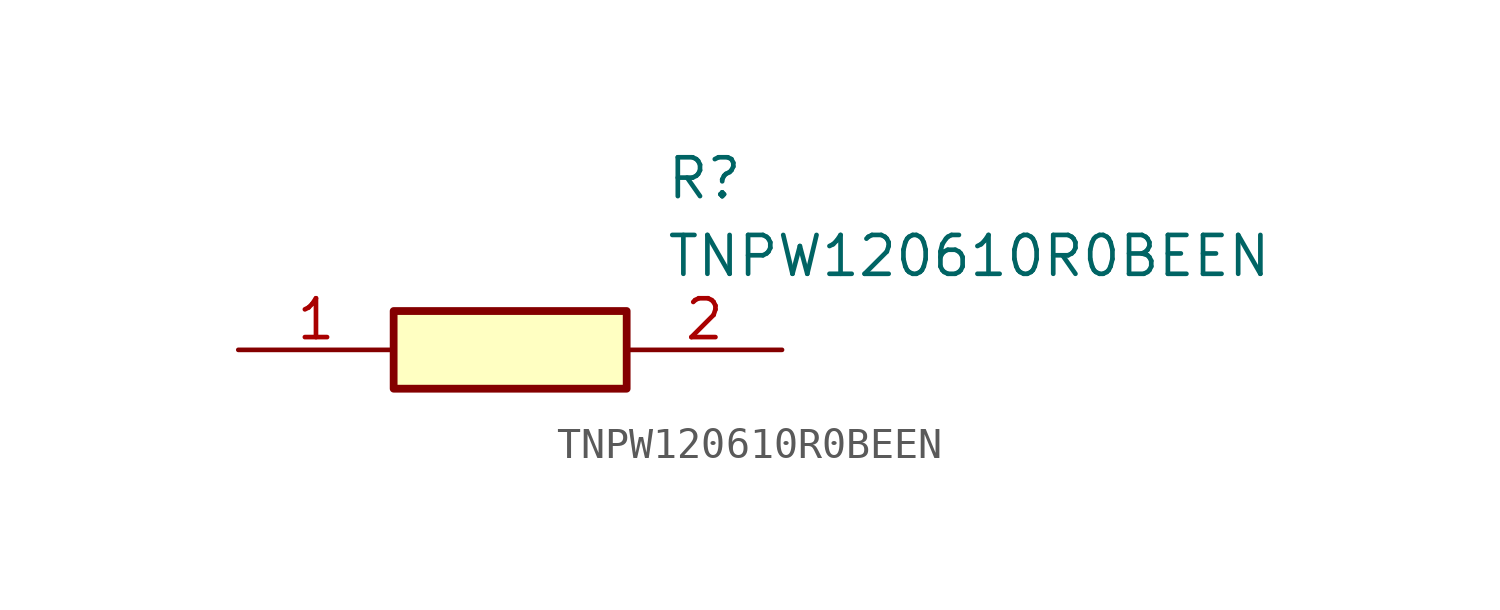
<source format=kicad_sym>
(kicad_symbol_lib
  (version 20211014)
  (generator SamacSys_ECAD_Model)
  (symbol "TNPW120610R0BEEN"
    (pin_names hide)
    (property "Reference" "R"
      (at 13.97 6.35 0)
      (effects (font (size 1.27 1.27)) (justify left top)))
    (property "Value" "TNPW120610R0BEEN"
      (at 13.97 3.81 0)
      (effects (font (size 1.27 1.27)) (justify left top)))
    (rectangle
      (start 5.08 1.27)
      (end 12.7 -1.27)
      (stroke (width 0.254) (type default))
      (fill (type background)))
    (pin passive line
      (at 0 0 0)
      (length 5.08)
      (name "1" (effects (font (size 1.27 1.27))))
      (number "1" (effects (font (size 1.27 1.27)))))
    (pin passive line
      (at 17.78 0 180)
      (length 5.08)
      (name "2" (effects (font (size 1.27 1.27))))
      (number "2" (effects (font (size 1.27 1.27)))))))
</source>
